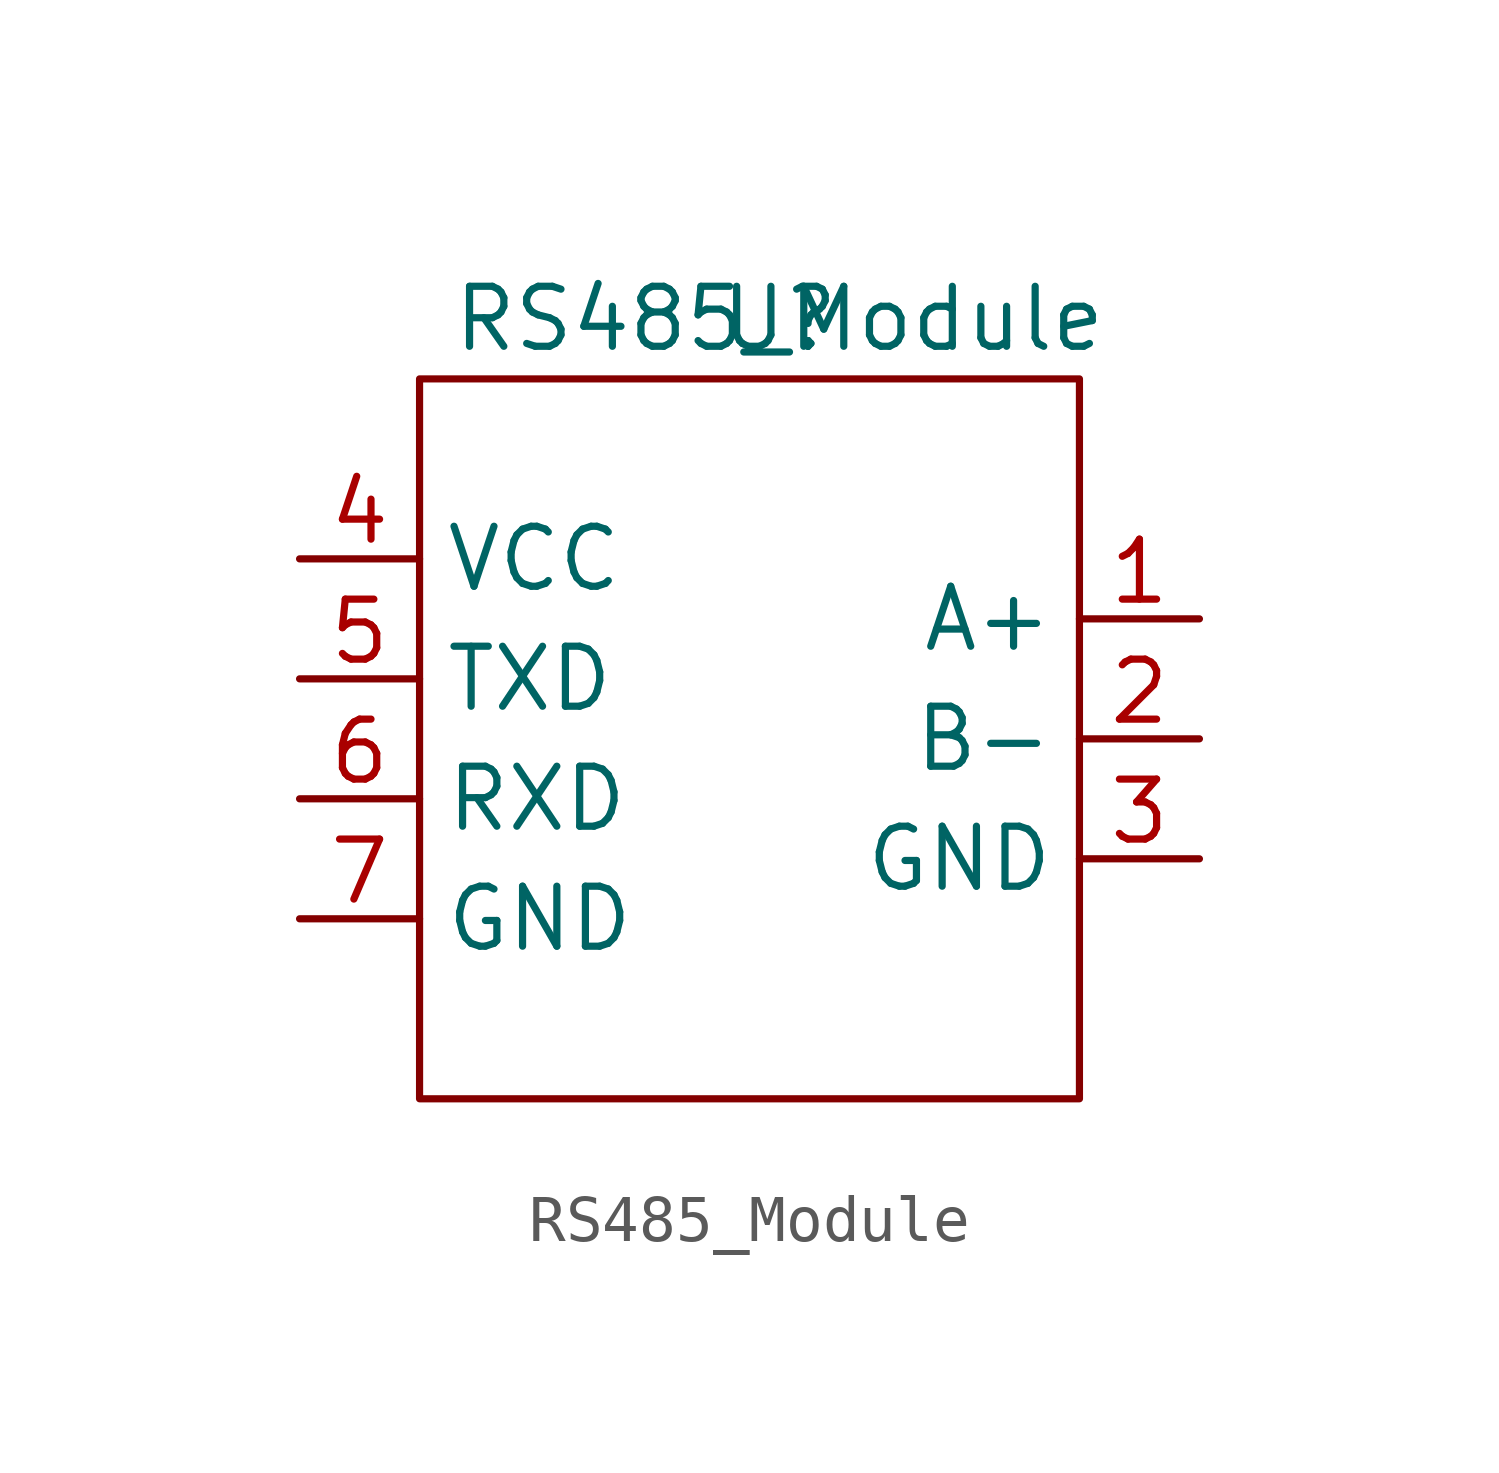
<source format=kicad_sym>
(kicad_symbol_lib
  (version 20211014)
  (generator kicad_symbol_editor)
  (symbol "RS485_Module"
    (property "Reference" "U"
      (at 0 0 0)
      (effects (font (size 1.27 1.27))))
    (property "Value" "RS485_Module"
      (at 0 0 0)
      (effects (font (size 1.27 1.27))))
    (symbol "RS485_Module_0_1"
      (rectangle (start -7.62 -1.27) (end 6.35 -16.51) (stroke (width 0) (type default) (color 0 0 0 0)) (fill (type none))))
    (symbol "RS485_Module_1_1"
      (pin passive line (at 8.89 -6.35 180) (length 2.54) (name "A+" (effects (font (size 1.27 1.27)))) (number "1" (effects (font (size 1.27 1.27)))))
      (pin passive line (at 8.89 -8.89 180) (length 2.54) (name "B-" (effects (font (size 1.27 1.27)))) (number "2" (effects (font (size 1.27 1.27)))))
      (pin passive line (at 8.89 -11.43 180) (length 2.54) (name "GND" (effects (font (size 1.27 1.27)))) (number "3" (effects (font (size 1.27 1.27)))))
      (pin passive line (at -10.16 -5.08 0) (length 2.54) (name "VCC" (effects (font (size 1.27 1.27)))) (number "4" (effects (font (size 1.27 1.27)))))
      (pin passive line (at -10.16 -7.62 0) (length 2.54) (name "TXD" (effects (font (size 1.27 1.27)))) (number "5" (effects (font (size 1.27 1.27)))))
      (pin passive line (at -10.16 -10.16 0) (length 2.54) (name "RXD" (effects (font (size 1.27 1.27)))) (number "6" (effects (font (size 1.27 1.27)))))
      (pin passive line (at -10.16 -12.7 0) (length 2.54) (name "GND" (effects (font (size 1.27 1.27)))) (number "7" (effects (font (size 1.27 1.27))))))))
</source>
